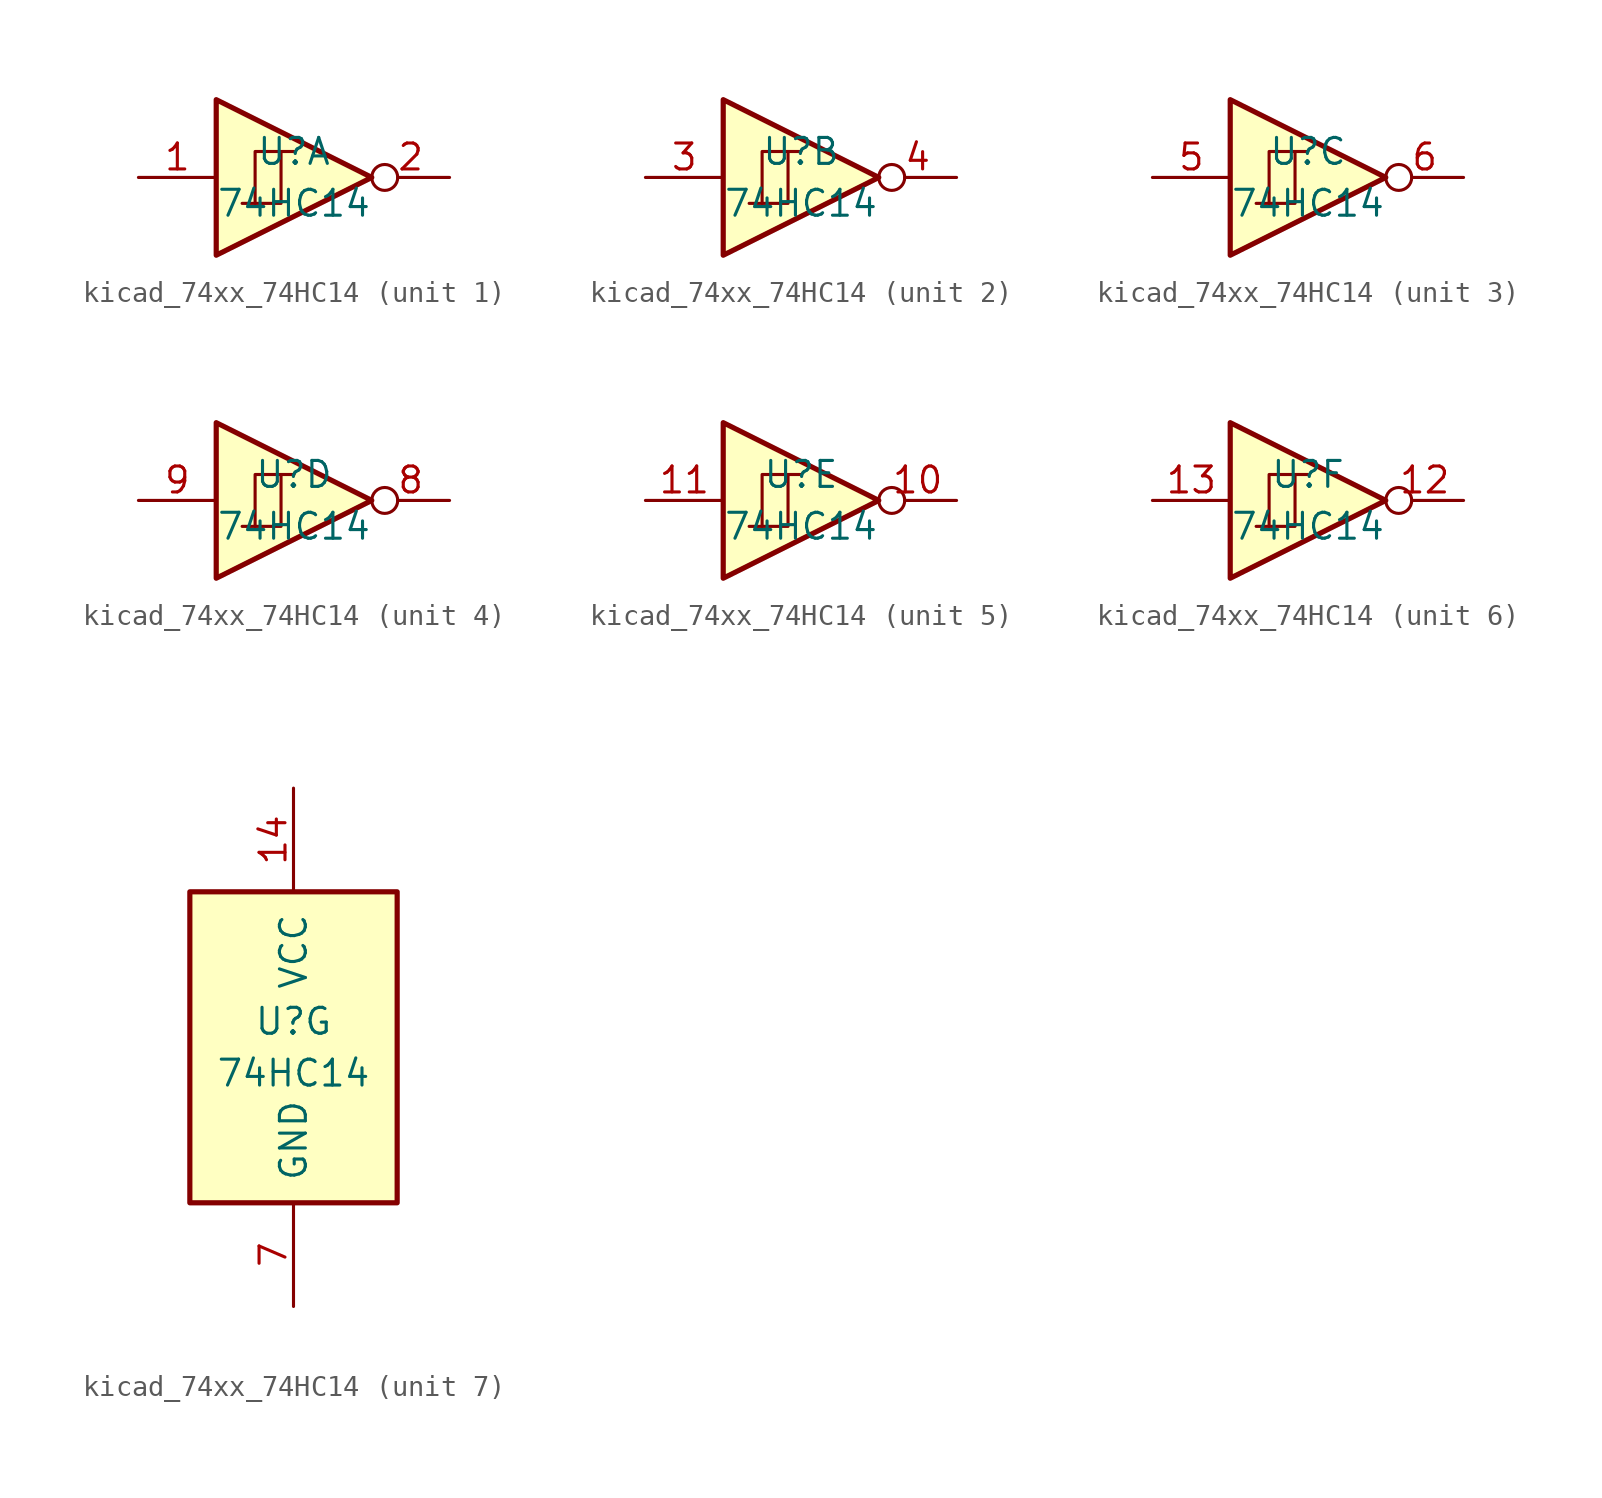
<source format=kicad_sym>
(kicad_symbol_lib
  (version 20220914)
  (generator kicad_symbol_editor)
  (symbol "kicad_74xx_74HC14"
    (pin_names
      (offset 1.016))
    (property "Reference" "U"
      (at 0 1.27 0)
      (effects (font (size 1.27 1.27))))
    (property "Value" "74HC14"
      (at 0 -1.27 0)
      (effects (font (size 1.27 1.27))))
    (property "ki_locked" ""
      (at 0 0 0)
      (effects (font (size 1.27 1.27))))
    (symbol "kicad_74xx_74HC14_1_0"
      (polyline (pts (xy -3.81 3.81) (xy -3.81 -3.81) (xy 3.81 0) (xy -3.81 3.81)) (stroke (width 0.254) (type default)) (fill (type background)))
      (pin input line (at -7.62 0 0) (length 3.81) (name "~" (effects (font (size 1.27 1.27)))) (number "1" (effects (font (size 1.27 1.27)))))
      (pin output inverted (at 7.62 0 180) (length 3.81) (name "~" (effects (font (size 1.27 1.27)))) (number "2" (effects (font (size 1.27 1.27))))))
    (symbol "kicad_74xx_74HC14_1_1"
      (polyline (pts (xy -1.905 -1.27) (xy -1.905 1.27) (xy -0.635 1.27)) (stroke (width 0) (type default)) (fill (type none)))
      (polyline (pts (xy -2.54 -1.27) (xy -0.635 -1.27) (xy -0.635 1.27) (xy 0 1.27)) (stroke (width 0) (type default)) (fill (type none))))
    (symbol "kicad_74xx_74HC14_2_0"
      (polyline (pts (xy -3.81 3.81) (xy -3.81 -3.81) (xy 3.81 0) (xy -3.81 3.81)) (stroke (width 0.254) (type default)) (fill (type background)))
      (pin input line (at -7.62 0 0) (length 3.81) (name "~" (effects (font (size 1.27 1.27)))) (number "3" (effects (font (size 1.27 1.27)))))
      (pin output inverted (at 7.62 0 180) (length 3.81) (name "~" (effects (font (size 1.27 1.27)))) (number "4" (effects (font (size 1.27 1.27))))))
    (symbol "kicad_74xx_74HC14_2_1"
      (polyline (pts (xy -1.905 -1.27) (xy -1.905 1.27) (xy -0.635 1.27)) (stroke (width 0) (type default)) (fill (type none)))
      (polyline (pts (xy -2.54 -1.27) (xy -0.635 -1.27) (xy -0.635 1.27) (xy 0 1.27)) (stroke (width 0) (type default)) (fill (type none))))
    (symbol "kicad_74xx_74HC14_3_0"
      (polyline (pts (xy -3.81 3.81) (xy -3.81 -3.81) (xy 3.81 0) (xy -3.81 3.81)) (stroke (width 0.254) (type default)) (fill (type background)))
      (pin input line (at -7.62 0 0) (length 3.81) (name "~" (effects (font (size 1.27 1.27)))) (number "5" (effects (font (size 1.27 1.27)))))
      (pin output inverted (at 7.62 0 180) (length 3.81) (name "~" (effects (font (size 1.27 1.27)))) (number "6" (effects (font (size 1.27 1.27))))))
    (symbol "kicad_74xx_74HC14_3_1"
      (polyline (pts (xy -1.905 -1.27) (xy -1.905 1.27) (xy -0.635 1.27)) (stroke (width 0) (type default)) (fill (type none)))
      (polyline (pts (xy -2.54 -1.27) (xy -0.635 -1.27) (xy -0.635 1.27) (xy 0 1.27)) (stroke (width 0) (type default)) (fill (type none))))
    (symbol "kicad_74xx_74HC14_4_0"
      (polyline (pts (xy -3.81 3.81) (xy -3.81 -3.81) (xy 3.81 0) (xy -3.81 3.81)) (stroke (width 0.254) (type default)) (fill (type background)))
      (pin output inverted (at 7.62 0 180) (length 3.81) (name "~" (effects (font (size 1.27 1.27)))) (number "8" (effects (font (size 1.27 1.27)))))
      (pin input line (at -7.62 0 0) (length 3.81) (name "~" (effects (font (size 1.27 1.27)))) (number "9" (effects (font (size 1.27 1.27))))))
    (symbol "kicad_74xx_74HC14_4_1"
      (polyline (pts (xy -1.905 -1.27) (xy -1.905 1.27) (xy -0.635 1.27)) (stroke (width 0) (type default)) (fill (type none)))
      (polyline (pts (xy -2.54 -1.27) (xy -0.635 -1.27) (xy -0.635 1.27) (xy 0 1.27)) (stroke (width 0) (type default)) (fill (type none))))
    (symbol "kicad_74xx_74HC14_5_0"
      (polyline (pts (xy -3.81 3.81) (xy -3.81 -3.81) (xy 3.81 0) (xy -3.81 3.81)) (stroke (width 0.254) (type default)) (fill (type background)))
      (pin output inverted (at 7.62 0 180) (length 3.81) (name "~" (effects (font (size 1.27 1.27)))) (number "10" (effects (font (size 1.27 1.27)))))
      (pin input line (at -7.62 0 0) (length 3.81) (name "~" (effects (font (size 1.27 1.27)))) (number "11" (effects (font (size 1.27 1.27))))))
    (symbol "kicad_74xx_74HC14_5_1"
      (polyline (pts (xy -1.905 -1.27) (xy -1.905 1.27) (xy -0.635 1.27)) (stroke (width 0) (type default)) (fill (type none)))
      (polyline (pts (xy -2.54 -1.27) (xy -0.635 -1.27) (xy -0.635 1.27) (xy 0 1.27)) (stroke (width 0) (type default)) (fill (type none))))
    (symbol "kicad_74xx_74HC14_6_0"
      (polyline (pts (xy -3.81 3.81) (xy -3.81 -3.81) (xy 3.81 0) (xy -3.81 3.81)) (stroke (width 0.254) (type default)) (fill (type background)))
      (pin output inverted (at 7.62 0 180) (length 3.81) (name "~" (effects (font (size 1.27 1.27)))) (number "12" (effects (font (size 1.27 1.27)))))
      (pin input line (at -7.62 0 0) (length 3.81) (name "~" (effects (font (size 1.27 1.27)))) (number "13" (effects (font (size 1.27 1.27))))))
    (symbol "kicad_74xx_74HC14_6_1"
      (polyline (pts (xy -1.905 -1.27) (xy -1.905 1.27) (xy -0.635 1.27)) (stroke (width 0) (type default)) (fill (type none)))
      (polyline (pts (xy -2.54 -1.27) (xy -0.635 -1.27) (xy -0.635 1.27) (xy 0 1.27)) (stroke (width 0) (type default)) (fill (type none))))
    (symbol "kicad_74xx_74HC14_7_0"
      (pin power_in line (at 0 12.7 270) (length 5.08) (name "VCC" (effects (font (size 1.27 1.27)))) (number "14" (effects (font (size 1.27 1.27)))))
      (pin power_in line (at 0 -12.7 90) (length 5.08) (name "GND" (effects (font (size 1.27 1.27)))) (number "7" (effects (font (size 1.27 1.27))))))
    (symbol "kicad_74xx_74HC14_7_1"
      (rectangle (start -5.08 7.62) (end 5.08 -7.62) (stroke (width 0.254) (type default)) (fill (type background))))))
</source>
